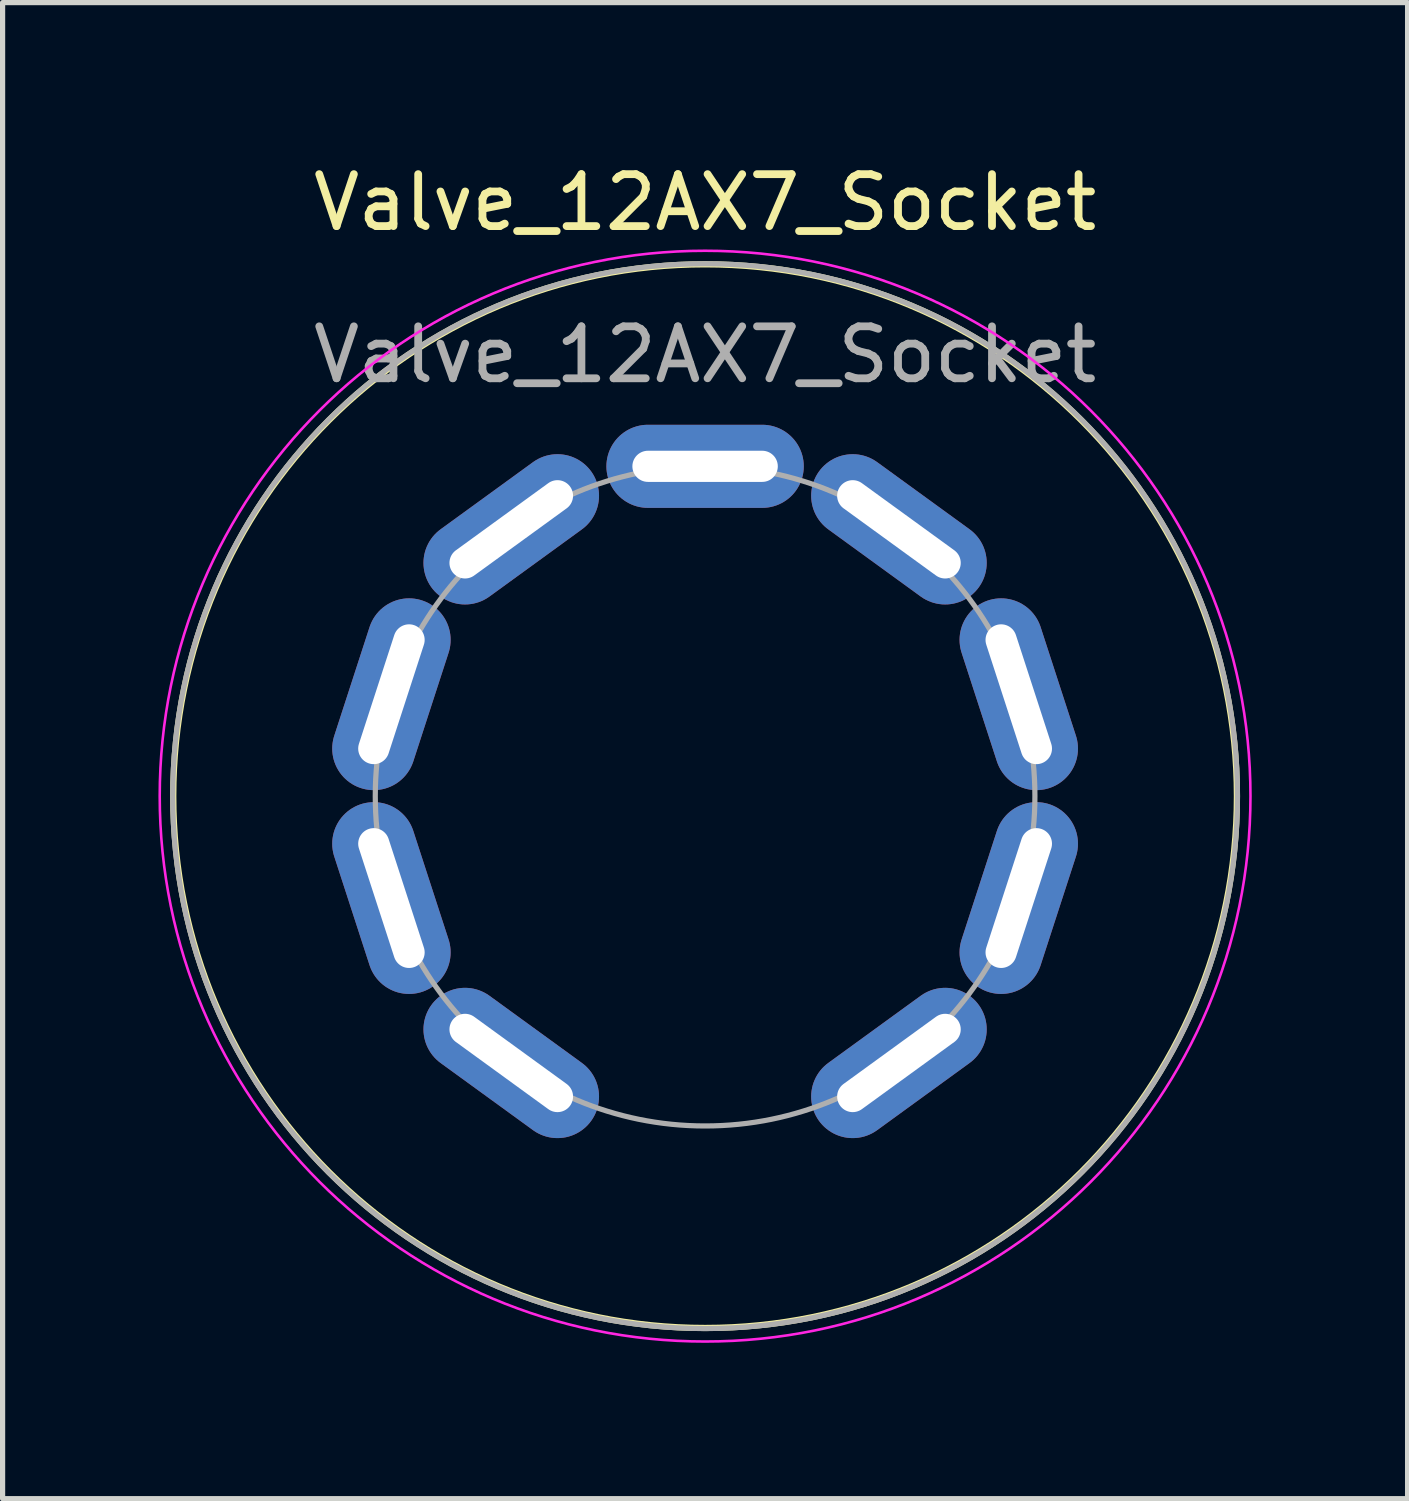
<source format=kicad_pcb>
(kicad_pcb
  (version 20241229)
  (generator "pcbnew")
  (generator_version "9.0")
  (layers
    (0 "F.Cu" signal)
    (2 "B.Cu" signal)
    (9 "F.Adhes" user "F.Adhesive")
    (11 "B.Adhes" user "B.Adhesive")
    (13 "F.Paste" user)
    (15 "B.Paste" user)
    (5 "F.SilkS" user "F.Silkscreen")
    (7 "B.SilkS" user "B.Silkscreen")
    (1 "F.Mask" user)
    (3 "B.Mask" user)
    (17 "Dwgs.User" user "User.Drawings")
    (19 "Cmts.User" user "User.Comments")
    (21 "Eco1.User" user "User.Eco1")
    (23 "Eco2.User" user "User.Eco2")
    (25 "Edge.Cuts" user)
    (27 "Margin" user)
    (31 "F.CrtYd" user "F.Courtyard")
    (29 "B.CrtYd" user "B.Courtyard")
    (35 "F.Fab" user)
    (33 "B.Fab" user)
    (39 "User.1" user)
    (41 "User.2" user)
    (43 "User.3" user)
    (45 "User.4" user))
  (footprint "Valve_12AX7_Socket"
    (layer "F.Cu")
    (at 10.525 12.278)
    (property "Reference" "Valve_12AX7_Socket" (at 0 -11.43 0) (layer "F.SilkS") (effects (font (size 1 1) (thickness 0.15))))
    (attr through_hole)
    (fp_circle (center 0 0) (end 10.16 1.27) (stroke (width 0.12) (type solid)) (fill no) (layer "F.SilkS"))
    (fp_circle (center 0 0) (end 0 -10.5) (stroke (width 0.05) (type solid)) (fill no) (layer "F.CrtYd"))
    (fp_circle (center 0 0) (end 0 -10.25) (stroke (width 0.1) (type solid)) (fill no) (layer "F.Fab"))
    (fp_circle (center 0 0) (end 6.35 0) (stroke (width 0.1) (type solid)) (fill no) (layer "F.Fab"))
    (fp_text user "${REFERENCE}" (at 0 -8.5 0) (layer "F.Fab") (effects (font (size 1 1) (thickness 0.15))))
    (pad "1" thru_hole oval (at 3.732 5.137 306) (size 1.6 3.8) (drill oval 0.6 2.8) (layers "*.Cu" "*.Mask"))
    (pad "2" thru_hole oval (at 6.039 1.962 342) (size 1.6 3.8) (drill oval 0.6 2.8) (layers "*.Cu" "*.Mask"))
    (pad "3" thru_hole oval (at 6.039 -1.962 18) (size 1.6 3.8) (drill oval 0.6 2.8) (layers "*.Cu" "*.Mask"))
    (pad "4" thru_hole oval (at 3.732 -5.137 54) (size 1.6 3.8) (drill oval 0.6 2.8) (layers "*.Cu" "*.Mask"))
    (pad "5" thru_hole oval (at 0 -6.35 90) (size 1.6 3.8) (drill oval 0.6 2.8) (layers "*.Cu" "*.Mask"))
    (pad "6" thru_hole oval (at -3.732 -5.137 306) (size 1.6 3.8) (drill oval 0.6 2.8) (layers "*.Cu" "*.Mask"))
    (pad "7" thru_hole oval (at -6.039 -1.962 342) (size 1.6 3.8) (drill oval 0.6 2.8) (layers "*.Cu" "*.Mask"))
    (pad "8" thru_hole oval (at -6.039 1.962 18) (size 1.6 3.8) (drill oval 0.6 2.8) (layers "*.Cu" "*.Mask"))
    (pad "9" thru_hole oval (at -3.732 5.137 54) (size 1.6 3.8) (drill oval 0.6 2.8) (layers "*.Cu" "*.Mask")))
  (gr_rect
    (start -3 -3)
    (end 24.05 25.803)
    (stroke (width 0.1) (type default))
    (fill no)
    (layer "Edge.Cuts")))
</source>
